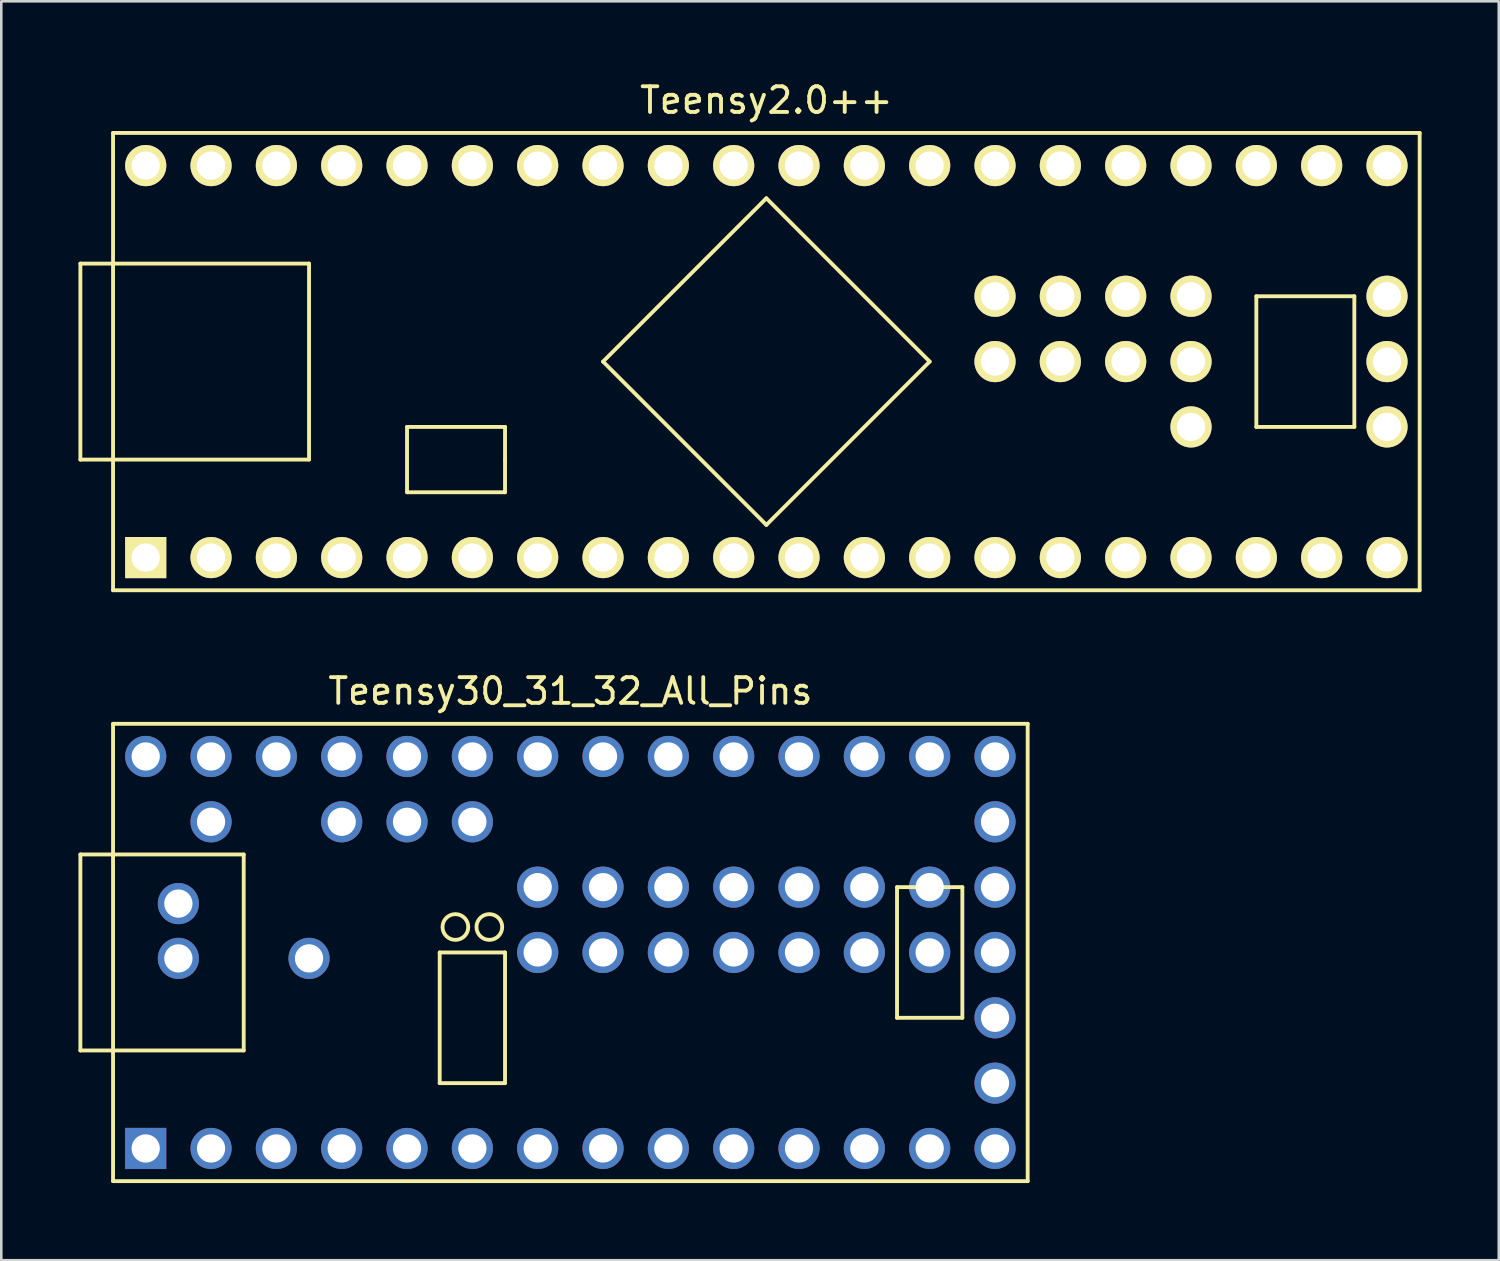
<source format=kicad_pcb>
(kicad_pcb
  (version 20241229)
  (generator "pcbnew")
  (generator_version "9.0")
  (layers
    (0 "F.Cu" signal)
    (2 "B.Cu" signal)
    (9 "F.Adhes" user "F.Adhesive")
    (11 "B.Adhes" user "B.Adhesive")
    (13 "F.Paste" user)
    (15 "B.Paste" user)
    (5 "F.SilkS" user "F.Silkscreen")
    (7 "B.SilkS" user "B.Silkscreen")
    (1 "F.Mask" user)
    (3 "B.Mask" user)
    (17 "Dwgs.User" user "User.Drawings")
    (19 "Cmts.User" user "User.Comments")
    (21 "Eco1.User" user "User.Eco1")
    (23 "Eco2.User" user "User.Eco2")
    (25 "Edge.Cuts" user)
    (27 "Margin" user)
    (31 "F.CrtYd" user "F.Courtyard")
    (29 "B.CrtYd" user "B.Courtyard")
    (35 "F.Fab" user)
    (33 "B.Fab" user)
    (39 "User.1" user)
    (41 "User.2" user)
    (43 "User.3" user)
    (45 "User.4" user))
  (footprint "Teensy30_31_32_All_Pins"
    (layer "F.Cu")
    (at 19.125 33.981)
    (property "Reference" "Teensy30_31_32_All_Pins" (at 0 -10.16 0) (layer "F.SilkS") (effects (font (size 1 1) (thickness 0.15))))
    (attr through_hole)
    (fp_line (start -19.05 -3.81) (end -17.78 -3.81) (stroke (width 0.15) (type solid)) (layer "F.SilkS"))
    (fp_line (start -19.05 3.81) (end -19.05 -3.81) (stroke (width 0.15) (type solid)) (layer "F.SilkS"))
    (fp_line (start -17.78 -8.89) (end 17.78 -8.89) (stroke (width 0.15) (type solid)) (layer "F.SilkS"))
    (fp_line (start -17.78 3.81) (end -19.05 3.81) (stroke (width 0.15) (type solid)) (layer "F.SilkS"))
    (fp_line (start -17.78 8.89) (end -17.78 -8.89) (stroke (width 0.15) (type solid)) (layer "F.SilkS"))
    (fp_line (start -12.7 -3.81) (end -17.78 -3.81) (stroke (width 0.15) (type solid)) (layer "F.SilkS"))
    (fp_line (start -12.7 3.81) (end -17.78 3.81) (stroke (width 0.15) (type solid)) (layer "F.SilkS"))
    (fp_line (start -12.7 3.81) (end -12.7 -3.81) (stroke (width 0.15) (type solid)) (layer "F.SilkS"))
    (fp_line (start -5.08 0) (end -2.54 0) (stroke (width 0.15) (type solid)) (layer "F.SilkS"))
    (fp_line (start -5.08 5.08) (end -5.08 0) (stroke (width 0.15) (type solid)) (layer "F.SilkS"))
    (fp_line (start -2.54 0) (end -2.54 5.08) (stroke (width 0.15) (type solid)) (layer "F.SilkS"))
    (fp_line (start -2.54 5.08) (end -5.08 5.08) (stroke (width 0.15) (type solid)) (layer "F.SilkS"))
    (fp_line (start 12.7 -2.54) (end 15.24 -2.54) (stroke (width 0.15) (type solid)) (layer "F.SilkS"))
    (fp_line (start 12.7 2.54) (end 12.7 -2.54) (stroke (width 0.15) (type solid)) (layer "F.SilkS"))
    (fp_line (start 15.24 -2.54) (end 15.24 2.54) (stroke (width 0.15) (type solid)) (layer "F.SilkS"))
    (fp_line (start 15.24 2.54) (end 12.7 2.54) (stroke (width 0.15) (type solid)) (layer "F.SilkS"))
    (fp_line (start 17.78 -8.89) (end 17.78 8.89) (stroke (width 0.15) (type solid)) (layer "F.SilkS"))
    (fp_line (start 17.78 8.89) (end -17.78 8.89) (stroke (width 0.15) (type solid)) (layer "F.SilkS"))
    (fp_circle (center -4.47 -0.99) (end -3.97 -0.99) (stroke (width 0.15) (type solid)) (fill no) (layer "F.SilkS"))
    (fp_circle (center -3.15 -0.99) (end -2.65 -0.99) (stroke (width 0.15) (type solid)) (fill no) (layer "F.SilkS"))
    (pad "1" thru_hole rect (at -16.51 7.62) (size 1.6 1.6) (drill 1.1) (layers "*.Cu" "*.Mask"))
    (pad "2" thru_hole circle (at -13.97 7.62) (size 1.6 1.6) (drill 1.1) (layers "*.Cu" "*.Mask"))
    (pad "3" thru_hole circle (at -11.43 7.62) (size 1.6 1.6) (drill 1.1) (layers "*.Cu" "*.Mask"))
    (pad "4" thru_hole circle (at -8.89 7.62) (size 1.6 1.6) (drill 1.1) (layers "*.Cu" "*.Mask"))
    (pad "5" thru_hole circle (at -6.35 7.62) (size 1.6 1.6) (drill 1.1) (layers "*.Cu" "*.Mask"))
    (pad "6" thru_hole circle (at -3.81 7.62) (size 1.6 1.6) (drill 1.1) (layers "*.Cu" "*.Mask"))
    (pad "7" thru_hole circle (at -1.27 7.62) (size 1.6 1.6) (drill 1.1) (layers "*.Cu" "*.Mask"))
    (pad "8" thru_hole circle (at 1.27 7.62) (size 1.6 1.6) (drill 1.1) (layers "*.Cu" "*.Mask"))
    (pad "9" thru_hole circle (at 3.81 7.62) (size 1.6 1.6) (drill 1.1) (layers "*.Cu" "*.Mask"))
    (pad "10" thru_hole circle (at 6.35 7.62) (size 1.6 1.6) (drill 1.1) (layers "*.Cu" "*.Mask"))
    (pad "11" thru_hole circle (at 8.89 7.62) (size 1.6 1.6) (drill 1.1) (layers "*.Cu" "*.Mask"))
    (pad "12" thru_hole circle (at 11.43 7.62) (size 1.6 1.6) (drill 1.1) (layers "*.Cu" "*.Mask"))
    (pad "13" thru_hole circle (at 13.97 7.62) (size 1.6 1.6) (drill 1.1) (layers "*.Cu" "*.Mask"))
    (pad "14" thru_hole circle (at 16.51 7.62) (size 1.6 1.6) (drill 1.1) (layers "*.Cu" "*.Mask"))
    (pad "15" thru_hole circle (at 16.51 5.08) (size 1.6 1.6) (drill 1.1) (layers "*.Cu" "*.Mask"))
    (pad "16" thru_hole circle (at 16.51 2.54) (size 1.6 1.6) (drill 1.1) (layers "*.Cu" "*.Mask"))
    (pad "17" thru_hole circle (at 16.51 0) (size 1.6 1.6) (drill 1.1) (layers "*.Cu" "*.Mask"))
    (pad "18" thru_hole circle (at 16.51 -2.54) (size 1.6 1.6) (drill 1.1) (layers "*.Cu" "*.Mask"))
    (pad "19" thru_hole circle (at 16.51 -5.08) (size 1.6 1.6) (drill 1.1) (layers "*.Cu" "*.Mask"))
    (pad "20" thru_hole circle (at 16.51 -7.62) (size 1.6 1.6) (drill 1.1) (layers "*.Cu" "*.Mask"))
    (pad "21" thru_hole circle (at 13.97 -7.62) (size 1.6 1.6) (drill 1.1) (layers "*.Cu" "*.Mask"))
    (pad "22" thru_hole circle (at 11.43 -7.62) (size 1.6 1.6) (drill 1.1) (layers "*.Cu" "*.Mask"))
    (pad "23" thru_hole circle (at 8.89 -7.62) (size 1.6 1.6) (drill 1.1) (layers "*.Cu" "*.Mask"))
    (pad "24" thru_hole circle (at 6.35 -7.62) (size 1.6 1.6) (drill 1.1) (layers "*.Cu" "*.Mask"))
    (pad "25" thru_hole circle (at 3.81 -7.62) (size 1.6 1.6) (drill 1.1) (layers "*.Cu" "*.Mask"))
    (pad "26" thru_hole circle (at 1.27 -7.62) (size 1.6 1.6) (drill 1.1) (layers "*.Cu" "*.Mask"))
    (pad "27" thru_hole circle (at -1.27 -7.62) (size 1.6 1.6) (drill 1.1) (layers "*.Cu" "*.Mask"))
    (pad "28" thru_hole circle (at -3.81 -7.62) (size 1.6 1.6) (drill 1.1) (layers "*.Cu" "*.Mask"))
    (pad "29" thru_hole circle (at -6.35 -7.62) (size 1.6 1.6) (drill 1.1) (layers "*.Cu" "*.Mask"))
    (pad "30" thru_hole circle (at -8.89 -7.62) (size 1.6 1.6) (drill 1.1) (layers "*.Cu" "*.Mask"))
    (pad "31" thru_hole circle (at -11.43 -7.62) (size 1.6 1.6) (drill 1.1) (layers "*.Cu" "*.Mask"))
    (pad "32" thru_hole circle (at -13.97 -7.62) (size 1.6 1.6) (drill 1.1) (layers "*.Cu" "*.Mask"))
    (pad "33" thru_hole circle (at -16.51 -7.62) (size 1.6 1.6) (drill 1.1) (layers "*.Cu" "*.Mask"))
    (pad "34" thru_hole circle (at -13.97 -5.08) (size 1.6 1.6) (drill 1.1) (layers "*.Cu" "*.Mask"))
    (pad "35" thru_hole circle (at -8.89 -5.08) (size 1.6 1.6) (drill 1.1) (layers "*.Cu" "*.Mask"))
    (pad "36" thru_hole circle (at -6.35 -5.08) (size 1.6 1.6) (drill 1.1) (layers "*.Cu" "*.Mask"))
    (pad "37" thru_hole circle (at -3.81 -5.08) (size 1.6 1.6) (drill 1.1) (layers "*.Cu" "*.Mask"))
    (pad "38" thru_hole circle (at -15.24 0.23) (size 1.6 1.6) (drill 1.1) (layers "*.Cu" "*.Mask"))
    (pad "39" thru_hole circle (at -15.24 -1.9) (size 1.6 1.6) (drill 1.1) (layers "*.Cu" "*.Mask"))
    (pad "40" thru_hole circle (at -10.16 0.23) (size 1.6 1.6) (drill 1.1) (layers "*.Cu" "*.Mask"))
    (pad "41" thru_hole circle (at -1.27 -2.54) (size 1.6 1.6) (drill 1.1) (layers "*.Cu" "*.Mask"))
    (pad "42" thru_hole circle (at 1.27 -2.54) (size 1.6 1.6) (drill 1.1) (layers "*.Cu" "*.Mask"))
    (pad "43" thru_hole circle (at 3.81 -2.54) (size 1.6 1.6) (drill 1.1) (layers "*.Cu" "*.Mask"))
    (pad "44" thru_hole circle (at 6.35 -2.54 90) (size 1.6 1.6) (drill 1.1) (layers "*.Cu" "*.Mask"))
    (pad "45" thru_hole circle (at 8.89 -2.54) (size 1.6 1.6) (drill 1.1) (layers "*.Cu" "*.Mask"))
    (pad "46" thru_hole circle (at 11.43 -2.54) (size 1.6 1.6) (drill 1.1) (layers "*.Cu" "*.Mask"))
    (pad "47" thru_hole circle (at 13.97 -2.54) (size 1.6 1.6) (drill 1.1) (layers "*.Cu" "*.Mask"))
    (pad "48" thru_hole circle (at 13.97 0) (size 1.6 1.6) (drill 1.1) (layers "*.Cu" "*.Mask"))
    (pad "49" thru_hole circle (at 11.43 0) (size 1.6 1.6) (drill 1.1) (layers "*.Cu" "*.Mask"))
    (pad "50" thru_hole circle (at 8.89 0) (size 1.6 1.6) (drill 1.1) (layers "*.Cu" "*.Mask"))
    (pad "51" thru_hole circle (at 6.35 0) (size 1.6 1.6) (drill 1.1) (layers "*.Cu" "*.Mask"))
    (pad "52" thru_hole circle (at 3.81 0) (size 1.6 1.6) (drill 1.1) (layers "*.Cu" "*.Mask"))
    (pad "53" thru_hole circle (at 1.27 0) (size 1.6 1.6) (drill 1.1) (layers "*.Cu" "*.Mask"))
    (pad "54" thru_hole circle (at -1.27 0) (size 1.6 1.6) (drill 1.1) (layers "*.Cu" "*.Mask")))
  (footprint "Teensy2.0++"
    (layer "F.Cu")
    (at 26.745 11.008)
    (property "Reference" "Teensy2.0++" (at 0 -10.16 0) (layer "F.SilkS") (effects (font (size 1 1) (thickness 0.15))))
    (attr through_hole)
    (fp_line (start -26.67 -3.81) (end -26.67 3.81) (stroke (width 0.15) (type solid)) (layer "F.SilkS"))
    (fp_line (start -25.4 -8.89) (end 25.4 -8.89) (stroke (width 0.15) (type solid)) (layer "F.SilkS"))
    (fp_line (start -25.4 8.89) (end -25.4 -8.89) (stroke (width 0.15) (type solid)) (layer "F.SilkS"))
    (fp_line (start -17.78 -3.81) (end -26.67 -3.81) (stroke (width 0.15) (type solid)) (layer "F.SilkS"))
    (fp_line (start -17.78 3.81) (end -26.67 3.81) (stroke (width 0.15) (type solid)) (layer "F.SilkS"))
    (fp_line (start -17.78 3.81) (end -17.78 -3.81) (stroke (width 0.15) (type solid)) (layer "F.SilkS"))
    (fp_line (start -13.97 2.54) (end -13.97 5.08) (stroke (width 0.15) (type solid)) (layer "F.SilkS"))
    (fp_line (start -13.97 5.08) (end -10.16 5.08) (stroke (width 0.15) (type solid)) (layer "F.SilkS"))
    (fp_line (start -10.16 2.54) (end -13.97 2.54) (stroke (width 0.15) (type solid)) (layer "F.SilkS"))
    (fp_line (start -10.16 3.81) (end -10.16 2.54) (stroke (width 0.15) (type solid)) (layer "F.SilkS"))
    (fp_line (start -10.16 5.08) (end -10.16 3.81) (stroke (width 0.15) (type solid)) (layer "F.SilkS"))
    (fp_line (start -6.35 0) (end 0 -6.35) (stroke (width 0.15) (type solid)) (layer "F.SilkS"))
    (fp_line (start 0 -6.35) (end 6.35 0) (stroke (width 0.15) (type solid)) (layer "F.SilkS"))
    (fp_line (start 0 6.35) (end -6.35 0) (stroke (width 0.15) (type solid)) (layer "F.SilkS"))
    (fp_line (start 6.35 0) (end 0 6.35) (stroke (width 0.15) (type solid)) (layer "F.SilkS"))
    (fp_line (start 19.05 -2.54) (end 22.86 -2.54) (stroke (width 0.15) (type solid)) (layer "F.SilkS"))
    (fp_line (start 19.05 2.54) (end 19.05 -2.54) (stroke (width 0.15) (type solid)) (layer "F.SilkS"))
    (fp_line (start 22.86 -2.54) (end 22.86 2.54) (stroke (width 0.15) (type solid)) (layer "F.SilkS"))
    (fp_line (start 22.86 2.54) (end 19.05 2.54) (stroke (width 0.15) (type solid)) (layer "F.SilkS"))
    (fp_line (start 25.4 -8.89) (end 25.4 8.89) (stroke (width 0.15) (type solid)) (layer "F.SilkS"))
    (fp_line (start 25.4 8.89) (end -25.4 8.89) (stroke (width 0.15) (type solid)) (layer "F.SilkS"))
    (pad "1" thru_hole rect (at -24.13 7.62) (size 1.6 1.6) (drill 1.1) (layers "*.Cu" "*.Mask" "F.SilkS"))
    (pad "2" thru_hole circle (at -21.59 7.62) (size 1.6 1.6) (drill 1.1) (layers "*.Cu" "*.Mask" "F.SilkS"))
    (pad "3" thru_hole circle (at -19.05 7.62) (size 1.6 1.6) (drill 1.1) (layers "*.Cu" "*.Mask" "F.SilkS"))
    (pad "4" thru_hole circle (at -16.51 7.62) (size 1.6 1.6) (drill 1.1) (layers "*.Cu" "*.Mask" "F.SilkS"))
    (pad "5" thru_hole circle (at -13.97 7.62) (size 1.6 1.6) (drill 1.1) (layers "*.Cu" "*.Mask" "F.SilkS"))
    (pad "6" thru_hole circle (at -11.43 7.62) (size 1.6 1.6) (drill 1.1) (layers "*.Cu" "*.Mask" "F.SilkS"))
    (pad "7" thru_hole circle (at -8.89 7.62) (size 1.6 1.6) (drill 1.1) (layers "*.Cu" "*.Mask" "F.SilkS"))
    (pad "8" thru_hole circle (at -6.35 7.62) (size 1.6 1.6) (drill 1.1) (layers "*.Cu" "*.Mask" "F.SilkS"))
    (pad "9" thru_hole circle (at -3.81 7.62) (size 1.6 1.6) (drill 1.1) (layers "*.Cu" "*.Mask" "F.SilkS"))
    (pad "10" thru_hole circle (at -1.27 7.62) (size 1.6 1.6) (drill 1.1) (layers "*.Cu" "*.Mask" "F.SilkS"))
    (pad "11" thru_hole circle (at 1.27 7.62) (size 1.6 1.6) (drill 1.1) (layers "*.Cu" "*.Mask" "F.SilkS"))
    (pad "12" thru_hole circle (at 3.81 7.62) (size 1.6 1.6) (drill 1.1) (layers "*.Cu" "*.Mask" "F.SilkS"))
    (pad "13" thru_hole circle (at 6.35 7.62) (size 1.6 1.6) (drill 1.1) (layers "*.Cu" "*.Mask" "F.SilkS"))
    (pad "14" thru_hole circle (at 8.89 7.62) (size 1.6 1.6) (drill 1.1) (layers "*.Cu" "*.Mask" "F.SilkS"))
    (pad "15" thru_hole circle (at 11.43 7.62) (size 1.6 1.6) (drill 1.1) (layers "*.Cu" "*.Mask" "F.SilkS"))
    (pad "16" thru_hole circle (at 13.97 7.62) (size 1.6 1.6) (drill 1.1) (layers "*.Cu" "*.Mask" "F.SilkS"))
    (pad "17" thru_hole circle (at 16.51 7.62) (size 1.6 1.6) (drill 1.1) (layers "*.Cu" "*.Mask" "F.SilkS"))
    (pad "18" thru_hole circle (at 19.05 7.62) (size 1.6 1.6) (drill 1.1) (layers "*.Cu" "*.Mask" "F.SilkS"))
    (pad "19" thru_hole circle (at 21.59 7.62) (size 1.6 1.6) (drill 1.1) (layers "*.Cu" "*.Mask" "F.SilkS"))
    (pad "20" thru_hole circle (at 24.13 7.62) (size 1.6 1.6) (drill 1.1) (layers "*.Cu" "*.Mask" "F.SilkS"))
    (pad "21" thru_hole circle (at 24.13 2.54) (size 1.6 1.6) (drill 1.1) (layers "*.Cu" "*.Mask" "F.SilkS"))
    (pad "22" thru_hole circle (at 24.13 0) (size 1.6 1.6) (drill 1.1) (layers "*.Cu" "*.Mask" "F.SilkS"))
    (pad "23" thru_hole circle (at 24.13 -2.54) (size 1.6 1.6) (drill 1.1) (layers "*.Cu" "*.Mask" "F.SilkS"))
    (pad "24" thru_hole circle (at 24.13 -7.62) (size 1.6 1.6) (drill 1.1) (layers "*.Cu" "*.Mask" "F.SilkS"))
    (pad "25" thru_hole circle (at 21.59 -7.62) (size 1.6 1.6) (drill 1.1) (layers "*.Cu" "*.Mask" "F.SilkS"))
    (pad "26" thru_hole circle (at 19.05 -7.62) (size 1.6 1.6) (drill 1.1) (layers "*.Cu" "*.Mask" "F.SilkS"))
    (pad "27" thru_hole circle (at 16.51 -7.62) (size 1.6 1.6) (drill 1.1) (layers "*.Cu" "*.Mask" "F.SilkS"))
    (pad "28" thru_hole circle (at 13.97 -7.62) (size 1.6 1.6) (drill 1.1) (layers "*.Cu" "*.Mask" "F.SilkS"))
    (pad "29" thru_hole circle (at 11.43 -7.62) (size 1.6 1.6) (drill 1.1) (layers "*.Cu" "*.Mask" "F.SilkS"))
    (pad "30" thru_hole circle (at 8.89 -7.62) (size 1.6 1.6) (drill 1.1) (layers "*.Cu" "*.Mask" "F.SilkS"))
    (pad "31" thru_hole circle (at 6.35 -7.62) (size 1.6 1.6) (drill 1.1) (layers "*.Cu" "*.Mask" "F.SilkS"))
    (pad "32" thru_hole circle (at 3.81 -7.62) (size 1.6 1.6) (drill 1.1) (layers "*.Cu" "*.Mask" "F.SilkS"))
    (pad "33" thru_hole circle (at 1.27 -7.62) (size 1.6 1.6) (drill 1.1) (layers "*.Cu" "*.Mask" "F.SilkS"))
    (pad "34" thru_hole circle (at -1.27 -7.62) (size 1.6 1.6) (drill 1.1) (layers "*.Cu" "*.Mask" "F.SilkS"))
    (pad "35" thru_hole circle (at -3.81 -7.62) (size 1.6 1.6) (drill 1.1) (layers "*.Cu" "*.Mask" "F.SilkS"))
    (pad "36" thru_hole circle (at -6.35 -7.62) (size 1.6 1.6) (drill 1.1) (layers "*.Cu" "*.Mask" "F.SilkS"))
    (pad "37" thru_hole circle (at -8.89 -7.62) (size 1.6 1.6) (drill 1.1) (layers "*.Cu" "*.Mask" "F.SilkS"))
    (pad "38" thru_hole circle (at -11.43 -7.62) (size 1.6 1.6) (drill 1.1) (layers "*.Cu" "*.Mask" "F.SilkS"))
    (pad "39" thru_hole circle (at -13.97 -7.62) (size 1.6 1.6) (drill 1.1) (layers "*.Cu" "*.Mask" "F.SilkS"))
    (pad "40" thru_hole circle (at -16.51 -7.62) (size 1.6 1.6) (drill 1.1) (layers "*.Cu" "*.Mask" "F.SilkS"))
    (pad "41" thru_hole circle (at -19.05 -7.62) (size 1.6 1.6) (drill 1.1) (layers "*.Cu" "*.Mask" "F.SilkS"))
    (pad "42" thru_hole circle (at -21.59 -7.62) (size 1.6 1.6) (drill 1.1) (layers "*.Cu" "*.Mask" "F.SilkS"))
    (pad "43" thru_hole circle (at -24.13 -7.62) (size 1.6 1.6) (drill 1.1) (layers "*.Cu" "*.Mask" "F.SilkS"))
    (pad "44" thru_hole circle (at 8.89 -2.54) (size 1.6 1.6) (drill 1.1) (layers "*.Cu" "*.Mask" "F.SilkS"))
    (pad "45" thru_hole circle (at 11.43 -2.54) (size 1.6 1.6) (drill 1.1) (layers "*.Cu" "*.Mask" "F.SilkS"))
    (pad "46" thru_hole circle (at 13.97 -2.54) (size 1.6 1.6) (drill 1.1) (layers "*.Cu" "*.Mask" "F.SilkS"))
    (pad "47" thru_hole circle (at 16.51 -2.54) (size 1.6 1.6) (drill 1.1) (layers "*.Cu" "*.Mask" "F.SilkS"))
    (pad "48" thru_hole circle (at 8.89 0) (size 1.6 1.6) (drill 1.1) (layers "*.Cu" "*.Mask" "F.SilkS"))
    (pad "49" thru_hole circle (at 11.43 0) (size 1.6 1.6) (drill 1.1) (layers "*.Cu" "*.Mask" "F.SilkS"))
    (pad "50" thru_hole circle (at 13.97 0) (size 1.6 1.6) (drill 1.1) (layers "*.Cu" "*.Mask" "F.SilkS"))
    (pad "51" thru_hole circle (at 16.51 0) (size 1.6 1.6) (drill 1.1) (layers "*.Cu" "*.Mask" "F.SilkS"))
    (pad "52" thru_hole circle (at 16.51 2.54) (size 1.6 1.6) (drill 1.1) (layers "*.Cu" "*.Mask" "F.SilkS")))
  (gr_rect
    (start -3 -3)
    (end 55.22 45.947)
    (stroke (width 0.1) (type default))
    (fill no)
    (layer "Edge.Cuts")))
</source>
